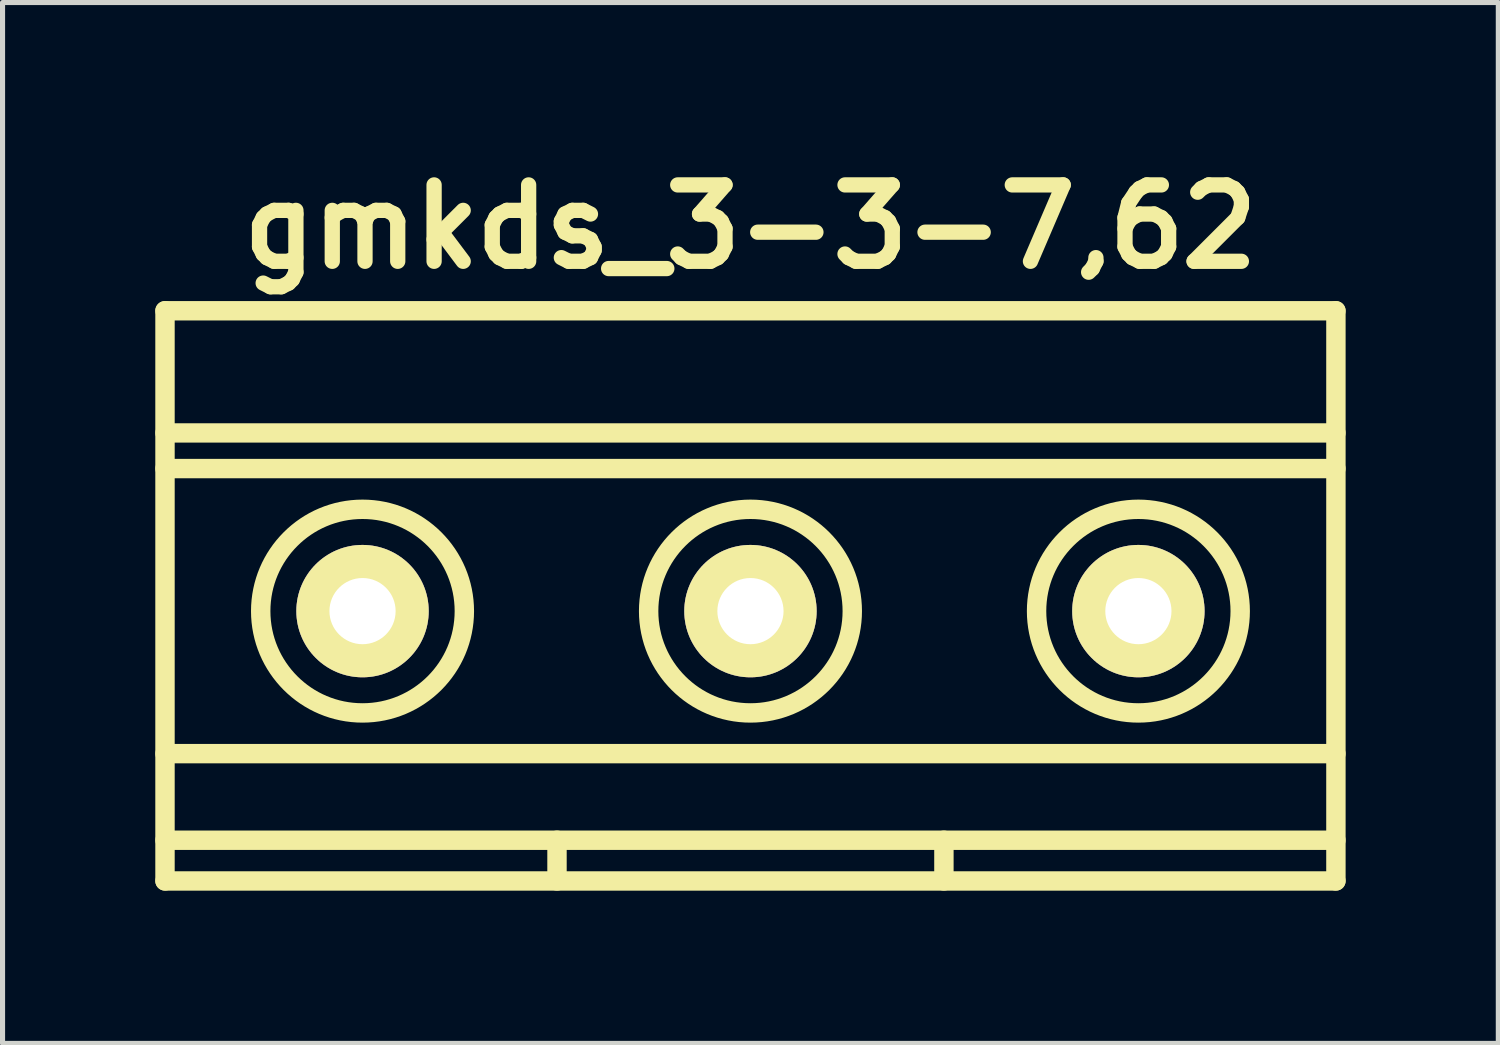
<source format=kicad_pcb>
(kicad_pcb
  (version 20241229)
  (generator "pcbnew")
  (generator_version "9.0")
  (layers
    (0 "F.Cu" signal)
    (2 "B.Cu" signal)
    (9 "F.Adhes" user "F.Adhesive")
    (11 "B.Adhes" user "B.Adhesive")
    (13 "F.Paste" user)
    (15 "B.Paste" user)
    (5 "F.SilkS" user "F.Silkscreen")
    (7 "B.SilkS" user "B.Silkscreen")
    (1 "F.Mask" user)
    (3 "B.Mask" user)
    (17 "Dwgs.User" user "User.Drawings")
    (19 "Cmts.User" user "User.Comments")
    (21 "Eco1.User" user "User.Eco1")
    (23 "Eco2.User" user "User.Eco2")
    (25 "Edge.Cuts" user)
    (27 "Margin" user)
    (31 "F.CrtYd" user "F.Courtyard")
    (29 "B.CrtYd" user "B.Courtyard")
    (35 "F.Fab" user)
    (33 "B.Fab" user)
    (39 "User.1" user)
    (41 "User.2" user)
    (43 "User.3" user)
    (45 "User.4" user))
  (footprint "gmkds_3-3-7,62"
    (layer "F.Cu")
    (at 11.691 8.954)
    (property "Reference" "gmkds_3-3-7,62" (at 0 -7.55 0) (layer "F.SilkS") (effects (font (size 1.5 1.5) (thickness 0.3))))
    (attr through_hole)
    (fp_line (start -11.5 -5.9) (end -11.5 5.3) (stroke (width 0.381) (type solid)) (layer "F.SilkS"))
    (fp_line (start -11.5 -5.9) (end 11.5 -5.9) (stroke (width 0.381) (type solid)) (layer "F.SilkS"))
    (fp_line (start -11.5 -3.5) (end 11.5 -3.5) (stroke (width 0.381) (type solid)) (layer "F.SilkS"))
    (fp_line (start -11.5 -2.8) (end 11.5 -2.8) (stroke (width 0.381) (type solid)) (layer "F.SilkS"))
    (fp_line (start -11.5 2.8) (end 11.5 2.8) (stroke (width 0.381) (type solid)) (layer "F.SilkS"))
    (fp_line (start -11.5 4.5) (end 11.5 4.5) (stroke (width 0.381) (type solid)) (layer "F.SilkS"))
    (fp_line (start -11.5 5.3) (end 11.5 5.3) (stroke (width 0.381) (type solid)) (layer "F.SilkS"))
    (fp_line (start -3.8 4.5) (end -3.8 5.3) (stroke (width 0.381) (type solid)) (layer "F.SilkS"))
    (fp_line (start 3.8 4.5) (end 3.8 5.3) (stroke (width 0.381) (type solid)) (layer "F.SilkS"))
    (fp_line (start 11.5 -5.9) (end 11.5 5.3) (stroke (width 0.381) (type solid)) (layer "F.SilkS"))
    (fp_circle (center -7.62 0) (end -5.62 0) (stroke (width 0.381) (type solid)) (fill no) (layer "F.SilkS"))
    (fp_circle (center 0 0) (end 2 0) (stroke (width 0.381) (type solid)) (fill no) (layer "F.SilkS"))
    (fp_circle (center 7.62 0) (end 5.62 0) (stroke (width 0.381) (type solid)) (fill no) (layer "F.SilkS"))
    (pad "1" thru_hole circle (at -7.62 0) (size 2.6 2.6) (drill 1.3) (layers "*.Cu" "*.Mask" "F.SilkS"))
    (pad "2" thru_hole circle (at 0 0) (size 2.6 2.6) (drill 1.3) (layers "*.Cu" "*.Mask" "F.SilkS"))
    (pad "3" thru_hole circle (at 7.62 0) (size 2.6 2.6) (drill 1.3) (layers "*.Cu" "*.Mask" "F.SilkS")))
  (gr_rect
    (start -3 -3)
    (end 26.381 17.445)
    (stroke (width 0.1) (type default))
    (fill no)
    (layer "Edge.Cuts")))
</source>
